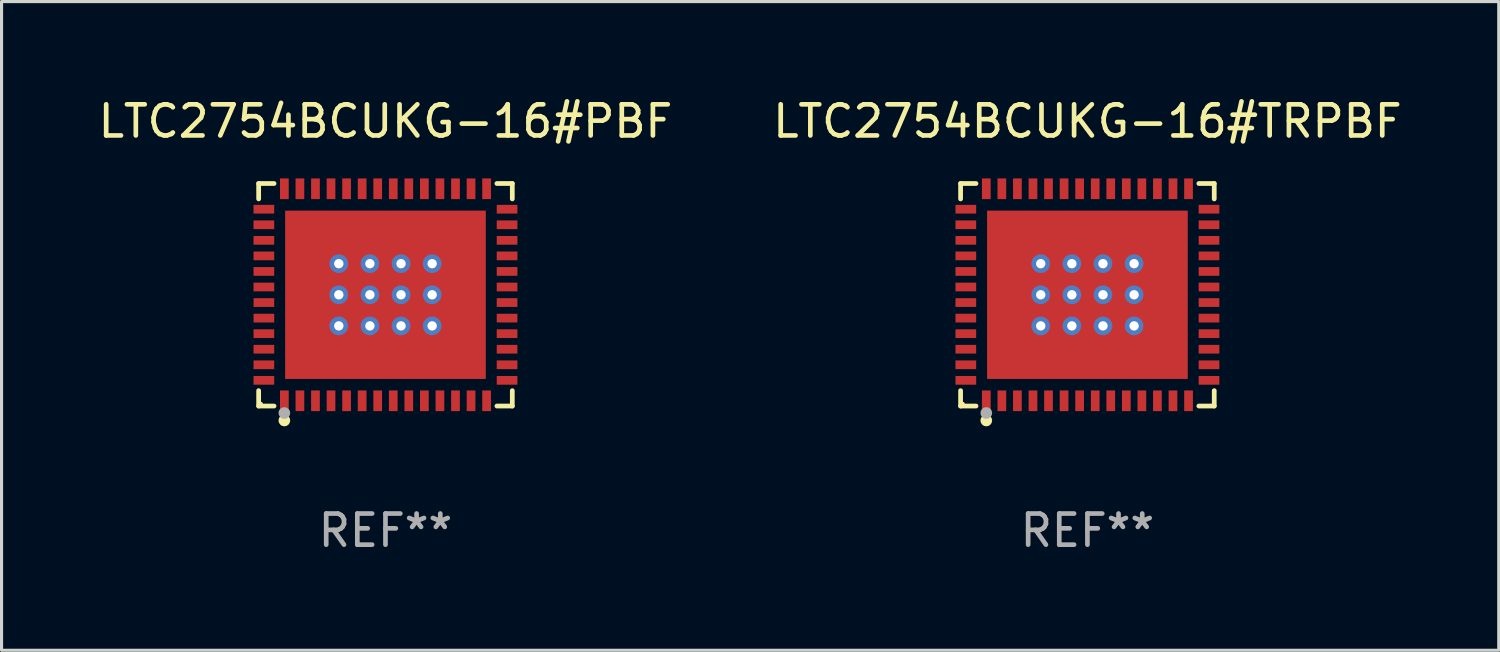
<source format=kicad_pcb>
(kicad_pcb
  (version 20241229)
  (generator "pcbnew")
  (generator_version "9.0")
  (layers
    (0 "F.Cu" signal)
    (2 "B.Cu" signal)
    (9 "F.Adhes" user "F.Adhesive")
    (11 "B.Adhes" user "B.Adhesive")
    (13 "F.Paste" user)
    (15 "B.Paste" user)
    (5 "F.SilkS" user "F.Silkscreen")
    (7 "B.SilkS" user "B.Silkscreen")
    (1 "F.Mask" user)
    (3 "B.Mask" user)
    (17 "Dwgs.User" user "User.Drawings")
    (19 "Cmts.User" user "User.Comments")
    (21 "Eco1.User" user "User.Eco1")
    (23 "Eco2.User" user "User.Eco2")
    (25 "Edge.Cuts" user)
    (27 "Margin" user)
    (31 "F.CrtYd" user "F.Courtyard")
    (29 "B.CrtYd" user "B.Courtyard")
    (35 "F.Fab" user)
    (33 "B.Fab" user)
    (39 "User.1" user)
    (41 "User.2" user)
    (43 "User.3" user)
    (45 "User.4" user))
  (footprint "LTC2754BCUKG-16#TRPBF"
    (layer "F.Cu")
    (at 31.899 6.424)
    (property "Reference" "LTC2754BCUKG-16#TRPBF" (at 0 -5.576 0) (layer "F.SilkS") (effects (font (size 1 1) (thickness 0.15))))
    (attr through_hole)
    (fp_line (start -4.076 -3.576) (end -3.581 -3.576) (stroke (width 0.152) (type solid)) (layer "F.SilkS"))
    (fp_line (start -4.076 -3.081) (end -4.076 -3.576) (stroke (width 0.152) (type solid)) (layer "F.SilkS"))
    (fp_line (start -4.076 3.081) (end -4.076 3.576) (stroke (width 0.152) (type solid)) (layer "F.SilkS"))
    (fp_line (start -4.076 3.576) (end -3.581 3.576) (stroke (width 0.152) (type solid)) (layer "F.SilkS"))
    (fp_line (start 4.076 -3.576) (end 3.581 -3.576) (stroke (width 0.152) (type solid)) (layer "F.SilkS"))
    (fp_line (start 4.076 -3.081) (end 4.076 -3.576) (stroke (width 0.152) (type solid)) (layer "F.SilkS"))
    (fp_line (start 4.076 3.081) (end 4.076 3.576) (stroke (width 0.152) (type solid)) (layer "F.SilkS"))
    (fp_line (start 4.076 3.576) (end 3.581 3.576) (stroke (width 0.152) (type solid)) (layer "F.SilkS"))
    (fp_circle (center -4 3.5) (end -3.97 3.5) (stroke (width 0.06) (type solid)) (fill no) (layer "F.SilkS"))
    (fp_circle (center -3.25 4.04) (end -3.156 4.04) (stroke (width 0.188) (type solid)) (fill no) (layer "F.SilkS"))
    (fp_circle (center -3.25 3.8) (end -3.156 3.8) (stroke (width 0.188) (type solid)) (fill no) (layer "F.Fab"))
    (fp_text user "REF**" (at 0 7.576 0) (layer "F.Fab") (effects (font (size 1 1) (thickness 0.15))))
    (pad "1" smd rect (at -3.25 3.407) (size 0.28 0.665) (layers "F.Cu" "F.Mask" "F.Paste"))
    (pad "2" smd rect (at -2.75 3.407) (size 0.28 0.665) (layers "F.Cu" "F.Mask" "F.Paste"))
    (pad "3" smd rect (at -2.25 3.407) (size 0.28 0.665) (layers "F.Cu" "F.Mask" "F.Paste"))
    (pad "4" smd rect (at -1.75 3.407) (size 0.28 0.665) (layers "F.Cu" "F.Mask" "F.Paste"))
    (pad "5" smd rect (at -1.25 3.407) (size 0.28 0.665) (layers "F.Cu" "F.Mask" "F.Paste"))
    (pad "6" smd rect (at -0.75 3.407) (size 0.28 0.665) (layers "F.Cu" "F.Mask" "F.Paste"))
    (pad "7" smd rect (at -0.25 3.407) (size 0.28 0.665) (layers "F.Cu" "F.Mask" "F.Paste"))
    (pad "8" smd rect (at 0.25 3.407) (size 0.28 0.665) (layers "F.Cu" "F.Mask" "F.Paste"))
    (pad "9" smd rect (at 0.75 3.407) (size 0.28 0.665) (layers "F.Cu" "F.Mask" "F.Paste"))
    (pad "10" smd rect (at 1.25 3.407) (size 0.28 0.665) (layers "F.Cu" "F.Mask" "F.Paste"))
    (pad "11" smd rect (at 1.75 3.407) (size 0.28 0.665) (layers "F.Cu" "F.Mask" "F.Paste"))
    (pad "12" smd rect (at 2.25 3.407) (size 0.28 0.665) (layers "F.Cu" "F.Mask" "F.Paste"))
    (pad "13" smd rect (at 2.75 3.407) (size 0.28 0.665) (layers "F.Cu" "F.Mask" "F.Paste"))
    (pad "14" smd rect (at 3.25 3.407) (size 0.28 0.665) (layers "F.Cu" "F.Mask" "F.Paste"))
    (pad "15" smd rect (at 3.908 2.75) (size 0.665 0.28) (layers "F.Cu" "F.Mask" "F.Paste"))
    (pad "16" smd rect (at 3.908 2.25) (size 0.665 0.28) (layers "F.Cu" "F.Mask" "F.Paste"))
    (pad "17" smd rect (at 3.908 1.75) (size 0.665 0.28) (layers "F.Cu" "F.Mask" "F.Paste"))
    (pad "18" smd rect (at 3.908 1.25) (size 0.665 0.28) (layers "F.Cu" "F.Mask" "F.Paste"))
    (pad "19" smd rect (at 3.908 0.75) (size 0.665 0.28) (layers "F.Cu" "F.Mask" "F.Paste"))
    (pad "20" smd rect (at 3.908 0.25) (size 0.665 0.28) (layers "F.Cu" "F.Mask" "F.Paste"))
    (pad "21" smd rect (at 3.908 -0.25) (size 0.665 0.28) (layers "F.Cu" "F.Mask" "F.Paste"))
    (pad "22" smd rect (at 3.908 -0.75) (size 0.665 0.28) (layers "F.Cu" "F.Mask" "F.Paste"))
    (pad "23" smd rect (at 3.908 -1.25) (size 0.665 0.28) (layers "F.Cu" "F.Mask" "F.Paste"))
    (pad "24" smd rect (at 3.908 -1.75) (size 0.665 0.28) (layers "F.Cu" "F.Mask" "F.Paste"))
    (pad "25" smd rect (at 3.908 -2.25) (size 0.665 0.28) (layers "F.Cu" "F.Mask" "F.Paste"))
    (pad "26" smd rect (at 3.908 -2.75) (size 0.665 0.28) (layers "F.Cu" "F.Mask" "F.Paste"))
    (pad "27" smd rect (at 3.25 -3.407) (size 0.28 0.665) (layers "F.Cu" "F.Mask" "F.Paste"))
    (pad "28" smd rect (at 2.75 -3.407) (size 0.28 0.665) (layers "F.Cu" "F.Mask" "F.Paste"))
    (pad "29" smd rect (at 2.25 -3.407) (size 0.28 0.665) (layers "F.Cu" "F.Mask" "F.Paste"))
    (pad "30" smd rect (at 1.75 -3.407) (size 0.28 0.665) (layers "F.Cu" "F.Mask" "F.Paste"))
    (pad "31" smd rect (at 1.25 -3.407) (size 0.28 0.665) (layers "F.Cu" "F.Mask" "F.Paste"))
    (pad "32" smd rect (at 0.75 -3.407) (size 0.28 0.665) (layers "F.Cu" "F.Mask" "F.Paste"))
    (pad "33" smd rect (at 0.25 -3.407) (size 0.28 0.665) (layers "F.Cu" "F.Mask" "F.Paste"))
    (pad "34" smd rect (at -0.25 -3.407) (size 0.28 0.665) (layers "F.Cu" "F.Mask" "F.Paste"))
    (pad "35" smd rect (at -0.75 -3.407) (size 0.28 0.665) (layers "F.Cu" "F.Mask" "F.Paste"))
    (pad "36" smd rect (at -1.25 -3.407) (size 0.28 0.665) (layers "F.Cu" "F.Mask" "F.Paste"))
    (pad "37" smd rect (at -1.75 -3.407) (size 0.28 0.665) (layers "F.Cu" "F.Mask" "F.Paste"))
    (pad "38" smd rect (at -2.25 -3.407) (size 0.28 0.665) (layers "F.Cu" "F.Mask" "F.Paste"))
    (pad "39" smd rect (at -2.75 -3.407) (size 0.28 0.665) (layers "F.Cu" "F.Mask" "F.Paste"))
    (pad "40" smd rect (at -3.25 -3.407) (size 0.28 0.665) (layers "F.Cu" "F.Mask" "F.Paste"))
    (pad "41" smd rect (at -3.908 -2.75) (size 0.665 0.28) (layers "F.Cu" "F.Mask" "F.Paste"))
    (pad "42" smd rect (at -3.908 -2.25) (size 0.665 0.28) (layers "F.Cu" "F.Mask" "F.Paste"))
    (pad "43" smd rect (at -3.908 -1.75) (size 0.665 0.28) (layers "F.Cu" "F.Mask" "F.Paste"))
    (pad "44" smd rect (at -3.908 -1.25) (size 0.665 0.28) (layers "F.Cu" "F.Mask" "F.Paste"))
    (pad "45" smd rect (at -3.908 -0.75) (size 0.665 0.28) (layers "F.Cu" "F.Mask" "F.Paste"))
    (pad "46" smd rect (at -3.908 -0.25) (size 0.665 0.28) (layers "F.Cu" "F.Mask" "F.Paste"))
    (pad "47" smd rect (at -3.908 0.25) (size 0.665 0.28) (layers "F.Cu" "F.Mask" "F.Paste"))
    (pad "48" smd rect (at -3.908 0.75) (size 0.665 0.28) (layers "F.Cu" "F.Mask" "F.Paste"))
    (pad "49" smd rect (at -3.908 1.25) (size 0.665 0.28) (layers "F.Cu" "F.Mask" "F.Paste"))
    (pad "50" smd rect (at -3.908 1.75) (size 0.665 0.28) (layers "F.Cu" "F.Mask" "F.Paste"))
    (pad "51" smd rect (at -3.908 2.25) (size 0.665 0.28) (layers "F.Cu" "F.Mask" "F.Paste"))
    (pad "52" smd rect (at -3.908 2.75) (size 0.665 0.28) (layers "F.Cu" "F.Mask" "F.Paste"))
    (pad "53" thru_hole circle (at -1.5 -1) (size 0.6 0.6) (drill 0.3) (layers "*.Cu" "*.Mask"))
    (pad "53" thru_hole circle (at -1.5 0) (size 0.6 0.6) (drill 0.3) (layers "*.Cu" "*.Mask"))
    (pad "53" thru_hole circle (at -1.5 1) (size 0.6 0.6) (drill 0.3) (layers "*.Cu" "*.Mask"))
    (pad "53" thru_hole circle (at -0.5 -1) (size 0.6 0.6) (drill 0.3) (layers "*.Cu" "*.Mask"))
    (pad "53" thru_hole circle (at -0.5 0) (size 0.6 0.6) (drill 0.3) (layers "*.Cu" "*.Mask"))
    (pad "53" thru_hole circle (at -0.5 1) (size 0.6 0.6) (drill 0.3) (layers "*.Cu" "*.Mask"))
    (pad "53" smd rect (at 0 0) (size 6.45 5.41) (layers "F.Cu" "F.Mask" "F.Paste"))
    (pad "53" thru_hole circle (at 0.5 -1) (size 0.6 0.6) (drill 0.3) (layers "*.Cu" "*.Mask"))
    (pad "53" thru_hole circle (at 0.5 0) (size 0.6 0.6) (drill 0.3) (layers "*.Cu" "*.Mask"))
    (pad "53" thru_hole circle (at 0.5 1) (size 0.6 0.6) (drill 0.3) (layers "*.Cu" "*.Mask"))
    (pad "53" thru_hole circle (at 1.5 -1) (size 0.6 0.6) (drill 0.3) (layers "*.Cu" "*.Mask"))
    (pad "53" thru_hole circle (at 1.5 0) (size 0.6 0.6) (drill 0.3) (layers "*.Cu" "*.Mask"))
    (pad "53" thru_hole circle (at 1.5 1) (size 0.6 0.6) (drill 0.3) (layers "*.Cu" "*.Mask")))
  (footprint "LTC2754BCUKG-16#PBF"
    (layer "F.Cu")
    (at 9.339 6.424)
    (property "Reference" "LTC2754BCUKG-16#PBF" (at 0 -5.576 0) (layer "F.SilkS") (effects (font (size 1 1) (thickness 0.15))))
    (attr through_hole)
    (fp_line (start -4.076 -3.576) (end -3.581 -3.576) (stroke (width 0.152) (type solid)) (layer "F.SilkS"))
    (fp_line (start -4.076 -3.081) (end -4.076 -3.576) (stroke (width 0.152) (type solid)) (layer "F.SilkS"))
    (fp_line (start -4.076 3.081) (end -4.076 3.576) (stroke (width 0.152) (type solid)) (layer "F.SilkS"))
    (fp_line (start -4.076 3.576) (end -3.581 3.576) (stroke (width 0.152) (type solid)) (layer "F.SilkS"))
    (fp_line (start 4.076 -3.576) (end 3.581 -3.576) (stroke (width 0.152) (type solid)) (layer "F.SilkS"))
    (fp_line (start 4.076 -3.081) (end 4.076 -3.576) (stroke (width 0.152) (type solid)) (layer "F.SilkS"))
    (fp_line (start 4.076 3.081) (end 4.076 3.576) (stroke (width 0.152) (type solid)) (layer "F.SilkS"))
    (fp_line (start 4.076 3.576) (end 3.581 3.576) (stroke (width 0.152) (type solid)) (layer "F.SilkS"))
    (fp_circle (center -4 3.5) (end -3.97 3.5) (stroke (width 0.06) (type solid)) (fill no) (layer "F.SilkS"))
    (fp_circle (center -3.25 4.04) (end -3.156 4.04) (stroke (width 0.188) (type solid)) (fill no) (layer "F.SilkS"))
    (fp_circle (center -3.25 3.8) (end -3.156 3.8) (stroke (width 0.188) (type solid)) (fill no) (layer "F.Fab"))
    (fp_text user "REF**" (at 0 7.576 0) (layer "F.Fab") (effects (font (size 1 1) (thickness 0.15))))
    (pad "1" smd rect (at -3.25 3.407) (size 0.28 0.665) (layers "F.Cu" "F.Mask" "F.Paste"))
    (pad "2" smd rect (at -2.75 3.407) (size 0.28 0.665) (layers "F.Cu" "F.Mask" "F.Paste"))
    (pad "3" smd rect (at -2.25 3.407) (size 0.28 0.665) (layers "F.Cu" "F.Mask" "F.Paste"))
    (pad "4" smd rect (at -1.75 3.407) (size 0.28 0.665) (layers "F.Cu" "F.Mask" "F.Paste"))
    (pad "5" smd rect (at -1.25 3.407) (size 0.28 0.665) (layers "F.Cu" "F.Mask" "F.Paste"))
    (pad "6" smd rect (at -0.75 3.407) (size 0.28 0.665) (layers "F.Cu" "F.Mask" "F.Paste"))
    (pad "7" smd rect (at -0.25 3.407) (size 0.28 0.665) (layers "F.Cu" "F.Mask" "F.Paste"))
    (pad "8" smd rect (at 0.25 3.407) (size 0.28 0.665) (layers "F.Cu" "F.Mask" "F.Paste"))
    (pad "9" smd rect (at 0.75 3.407) (size 0.28 0.665) (layers "F.Cu" "F.Mask" "F.Paste"))
    (pad "10" smd rect (at 1.25 3.407) (size 0.28 0.665) (layers "F.Cu" "F.Mask" "F.Paste"))
    (pad "11" smd rect (at 1.75 3.407) (size 0.28 0.665) (layers "F.Cu" "F.Mask" "F.Paste"))
    (pad "12" smd rect (at 2.25 3.407) (size 0.28 0.665) (layers "F.Cu" "F.Mask" "F.Paste"))
    (pad "13" smd rect (at 2.75 3.407) (size 0.28 0.665) (layers "F.Cu" "F.Mask" "F.Paste"))
    (pad "14" smd rect (at 3.25 3.407) (size 0.28 0.665) (layers "F.Cu" "F.Mask" "F.Paste"))
    (pad "15" smd rect (at 3.908 2.75) (size 0.665 0.28) (layers "F.Cu" "F.Mask" "F.Paste"))
    (pad "16" smd rect (at 3.908 2.25) (size 0.665 0.28) (layers "F.Cu" "F.Mask" "F.Paste"))
    (pad "17" smd rect (at 3.908 1.75) (size 0.665 0.28) (layers "F.Cu" "F.Mask" "F.Paste"))
    (pad "18" smd rect (at 3.908 1.25) (size 0.665 0.28) (layers "F.Cu" "F.Mask" "F.Paste"))
    (pad "19" smd rect (at 3.908 0.75) (size 0.665 0.28) (layers "F.Cu" "F.Mask" "F.Paste"))
    (pad "20" smd rect (at 3.908 0.25) (size 0.665 0.28) (layers "F.Cu" "F.Mask" "F.Paste"))
    (pad "21" smd rect (at 3.908 -0.25) (size 0.665 0.28) (layers "F.Cu" "F.Mask" "F.Paste"))
    (pad "22" smd rect (at 3.908 -0.75) (size 0.665 0.28) (layers "F.Cu" "F.Mask" "F.Paste"))
    (pad "23" smd rect (at 3.908 -1.25) (size 0.665 0.28) (layers "F.Cu" "F.Mask" "F.Paste"))
    (pad "24" smd rect (at 3.908 -1.75) (size 0.665 0.28) (layers "F.Cu" "F.Mask" "F.Paste"))
    (pad "25" smd rect (at 3.908 -2.25) (size 0.665 0.28) (layers "F.Cu" "F.Mask" "F.Paste"))
    (pad "26" smd rect (at 3.908 -2.75) (size 0.665 0.28) (layers "F.Cu" "F.Mask" "F.Paste"))
    (pad "27" smd rect (at 3.25 -3.407) (size 0.28 0.665) (layers "F.Cu" "F.Mask" "F.Paste"))
    (pad "28" smd rect (at 2.75 -3.407) (size 0.28 0.665) (layers "F.Cu" "F.Mask" "F.Paste"))
    (pad "29" smd rect (at 2.25 -3.407) (size 0.28 0.665) (layers "F.Cu" "F.Mask" "F.Paste"))
    (pad "30" smd rect (at 1.75 -3.407) (size 0.28 0.665) (layers "F.Cu" "F.Mask" "F.Paste"))
    (pad "31" smd rect (at 1.25 -3.407) (size 0.28 0.665) (layers "F.Cu" "F.Mask" "F.Paste"))
    (pad "32" smd rect (at 0.75 -3.407) (size 0.28 0.665) (layers "F.Cu" "F.Mask" "F.Paste"))
    (pad "33" smd rect (at 0.25 -3.407) (size 0.28 0.665) (layers "F.Cu" "F.Mask" "F.Paste"))
    (pad "34" smd rect (at -0.25 -3.407) (size 0.28 0.665) (layers "F.Cu" "F.Mask" "F.Paste"))
    (pad "35" smd rect (at -0.75 -3.407) (size 0.28 0.665) (layers "F.Cu" "F.Mask" "F.Paste"))
    (pad "36" smd rect (at -1.25 -3.407) (size 0.28 0.665) (layers "F.Cu" "F.Mask" "F.Paste"))
    (pad "37" smd rect (at -1.75 -3.407) (size 0.28 0.665) (layers "F.Cu" "F.Mask" "F.Paste"))
    (pad "38" smd rect (at -2.25 -3.407) (size 0.28 0.665) (layers "F.Cu" "F.Mask" "F.Paste"))
    (pad "39" smd rect (at -2.75 -3.407) (size 0.28 0.665) (layers "F.Cu" "F.Mask" "F.Paste"))
    (pad "40" smd rect (at -3.25 -3.407) (size 0.28 0.665) (layers "F.Cu" "F.Mask" "F.Paste"))
    (pad "41" smd rect (at -3.908 -2.75) (size 0.665 0.28) (layers "F.Cu" "F.Mask" "F.Paste"))
    (pad "42" smd rect (at -3.908 -2.25) (size 0.665 0.28) (layers "F.Cu" "F.Mask" "F.Paste"))
    (pad "43" smd rect (at -3.908 -1.75) (size 0.665 0.28) (layers "F.Cu" "F.Mask" "F.Paste"))
    (pad "44" smd rect (at -3.908 -1.25) (size 0.665 0.28) (layers "F.Cu" "F.Mask" "F.Paste"))
    (pad "45" smd rect (at -3.908 -0.75) (size 0.665 0.28) (layers "F.Cu" "F.Mask" "F.Paste"))
    (pad "46" smd rect (at -3.908 -0.25) (size 0.665 0.28) (layers "F.Cu" "F.Mask" "F.Paste"))
    (pad "47" smd rect (at -3.908 0.25) (size 0.665 0.28) (layers "F.Cu" "F.Mask" "F.Paste"))
    (pad "48" smd rect (at -3.908 0.75) (size 0.665 0.28) (layers "F.Cu" "F.Mask" "F.Paste"))
    (pad "49" smd rect (at -3.908 1.25) (size 0.665 0.28) (layers "F.Cu" "F.Mask" "F.Paste"))
    (pad "50" smd rect (at -3.908 1.75) (size 0.665 0.28) (layers "F.Cu" "F.Mask" "F.Paste"))
    (pad "51" smd rect (at -3.908 2.25) (size 0.665 0.28) (layers "F.Cu" "F.Mask" "F.Paste"))
    (pad "52" smd rect (at -3.908 2.75) (size 0.665 0.28) (layers "F.Cu" "F.Mask" "F.Paste"))
    (pad "53" thru_hole circle (at -1.5 -1) (size 0.6 0.6) (drill 0.3) (layers "*.Cu" "*.Mask"))
    (pad "53" thru_hole circle (at -1.5 0) (size 0.6 0.6) (drill 0.3) (layers "*.Cu" "*.Mask"))
    (pad "53" thru_hole circle (at -1.5 1) (size 0.6 0.6) (drill 0.3) (layers "*.Cu" "*.Mask"))
    (pad "53" thru_hole circle (at -0.5 -1) (size 0.6 0.6) (drill 0.3) (layers "*.Cu" "*.Mask"))
    (pad "53" thru_hole circle (at -0.5 0) (size 0.6 0.6) (drill 0.3) (layers "*.Cu" "*.Mask"))
    (pad "53" thru_hole circle (at -0.5 1) (size 0.6 0.6) (drill 0.3) (layers "*.Cu" "*.Mask"))
    (pad "53" smd rect (at 0 0) (size 6.45 5.41) (layers "F.Cu" "F.Mask" "F.Paste"))
    (pad "53" thru_hole circle (at 0.5 -1) (size 0.6 0.6) (drill 0.3) (layers "*.Cu" "*.Mask"))
    (pad "53" thru_hole circle (at 0.5 0) (size 0.6 0.6) (drill 0.3) (layers "*.Cu" "*.Mask"))
    (pad "53" thru_hole circle (at 0.5 1) (size 0.6 0.6) (drill 0.3) (layers "*.Cu" "*.Mask"))
    (pad "53" thru_hole circle (at 1.5 -1) (size 0.6 0.6) (drill 0.3) (layers "*.Cu" "*.Mask"))
    (pad "53" thru_hole circle (at 1.5 0) (size 0.6 0.6) (drill 0.3) (layers "*.Cu" "*.Mask"))
    (pad "53" thru_hole circle (at 1.5 1) (size 0.6 0.6) (drill 0.3) (layers "*.Cu" "*.Mask")))
  (gr_rect
    (start -3 -3)
    (end 45.119 17.849)
    (stroke (width 0.1) (type default))
    (fill no)
    (layer "Edge.Cuts")))
</source>
